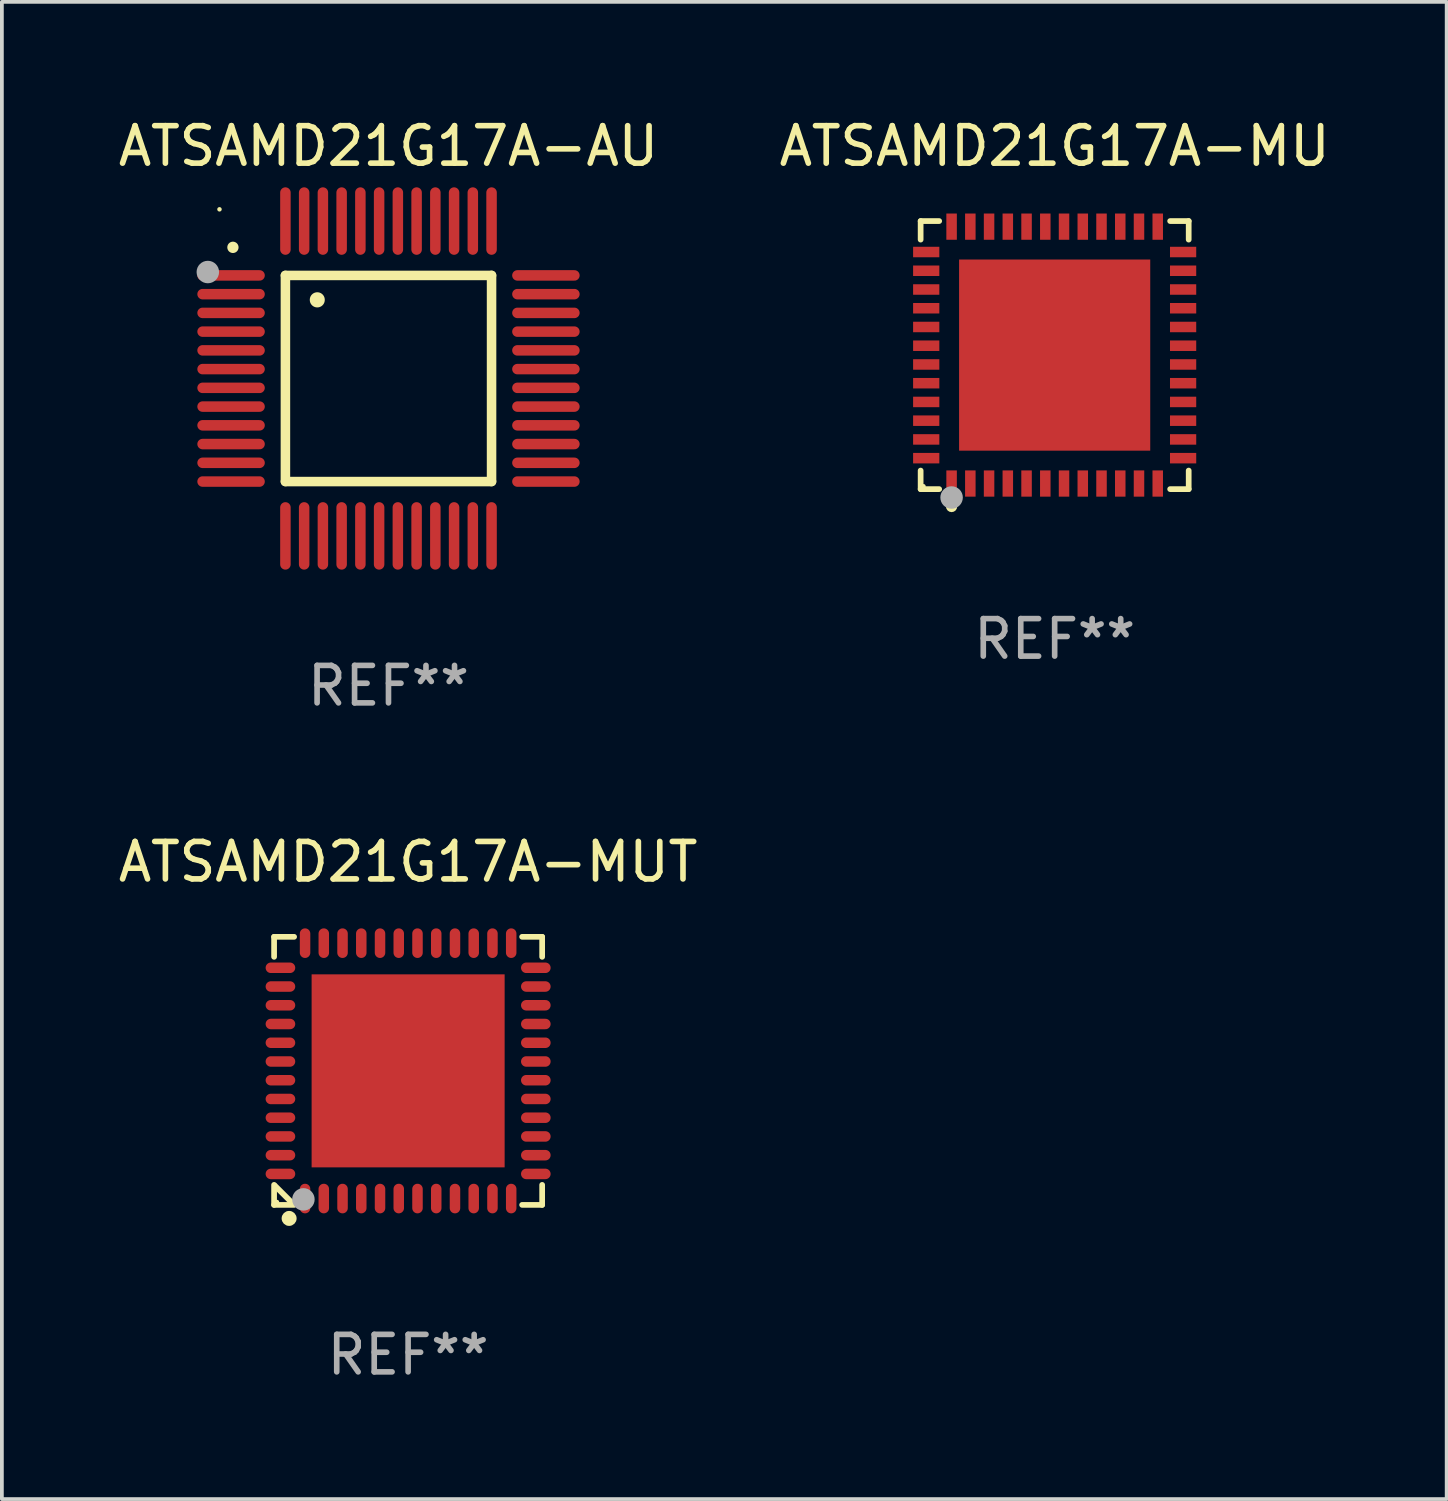
<source format=kicad_pcb>
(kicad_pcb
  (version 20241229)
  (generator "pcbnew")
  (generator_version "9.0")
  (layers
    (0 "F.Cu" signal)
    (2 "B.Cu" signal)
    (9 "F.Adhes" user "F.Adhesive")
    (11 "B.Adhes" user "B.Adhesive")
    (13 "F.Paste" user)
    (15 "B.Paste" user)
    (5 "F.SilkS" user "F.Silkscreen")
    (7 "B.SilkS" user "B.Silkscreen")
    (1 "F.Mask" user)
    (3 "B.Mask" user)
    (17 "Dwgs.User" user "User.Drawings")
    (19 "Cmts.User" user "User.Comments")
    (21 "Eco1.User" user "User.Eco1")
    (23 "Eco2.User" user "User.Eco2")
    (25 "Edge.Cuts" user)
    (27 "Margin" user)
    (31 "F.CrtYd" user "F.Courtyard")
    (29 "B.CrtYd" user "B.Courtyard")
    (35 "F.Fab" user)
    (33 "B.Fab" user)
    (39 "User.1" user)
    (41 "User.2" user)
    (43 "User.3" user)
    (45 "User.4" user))
  (footprint "ATSAMD21G17A-MU"
    (layer "F.Cu")
    (at 25.089 6.424)
    (property "Reference" "ATSAMD21G17A-MU" (at 0 -5.576 0) (layer "F.SilkS") (effects (font (size 1 1) (thickness 0.15))))
    (attr through_hole)
    (fp_line (start -3.576 -3.576) (end -3.081 -3.576) (stroke (width 0.152) (type solid)) (layer "F.SilkS"))
    (fp_line (start -3.576 -3.081) (end -3.576 -3.576) (stroke (width 0.152) (type solid)) (layer "F.SilkS"))
    (fp_line (start -3.576 3.081) (end -3.576 3.576) (stroke (width 0.152) (type solid)) (layer "F.SilkS"))
    (fp_line (start -3.576 3.576) (end -3.081 3.576) (stroke (width 0.152) (type solid)) (layer "F.SilkS"))
    (fp_line (start 3.576 -3.576) (end 3.081 -3.576) (stroke (width 0.152) (type solid)) (layer "F.SilkS"))
    (fp_line (start 3.576 -3.081) (end 3.576 -3.576) (stroke (width 0.152) (type solid)) (layer "F.SilkS"))
    (fp_line (start 3.576 3.081) (end 3.576 3.576) (stroke (width 0.152) (type solid)) (layer "F.SilkS"))
    (fp_line (start 3.576 3.576) (end 3.081 3.576) (stroke (width 0.152) (type solid)) (layer "F.SilkS"))
    (fp_circle (center -3.5 3.5) (end -3.47 3.5) (stroke (width 0.06) (type solid)) (fill no) (layer "F.SilkS"))
    (fp_circle (center -2.75 4.04) (end -2.675 4.04) (stroke (width 0.15) (type solid)) (fill no) (layer "F.SilkS"))
    (fp_circle (center -2.75 3.8) (end -2.6 3.8) (stroke (width 0.3) (type solid)) (fill no) (layer "F.Fab"))
    (fp_text user "REF**" (at 0 7.576 0) (layer "F.Fab") (effects (font (size 1 1) (thickness 0.15))))
    (pad "1" smd rect (at -2.75 3.427) (size 0.28 0.7) (layers "F.Cu" "F.Mask" "F.Paste"))
    (pad "2" smd rect (at -2.25 3.427) (size 0.28 0.7) (layers "F.Cu" "F.Mask" "F.Paste"))
    (pad "3" smd rect (at -1.75 3.427) (size 0.28 0.7) (layers "F.Cu" "F.Mask" "F.Paste"))
    (pad "4" smd rect (at -1.25 3.427) (size 0.28 0.7) (layers "F.Cu" "F.Mask" "F.Paste"))
    (pad "5" smd rect (at -0.75 3.427) (size 0.28 0.7) (layers "F.Cu" "F.Mask" "F.Paste"))
    (pad "6" smd rect (at -0.25 3.427) (size 0.28 0.7) (layers "F.Cu" "F.Mask" "F.Paste"))
    (pad "7" smd rect (at 0.25 3.427) (size 0.28 0.7) (layers "F.Cu" "F.Mask" "F.Paste"))
    (pad "8" smd rect (at 0.75 3.427) (size 0.28 0.7) (layers "F.Cu" "F.Mask" "F.Paste"))
    (pad "9" smd rect (at 1.25 3.427) (size 0.28 0.7) (layers "F.Cu" "F.Mask" "F.Paste"))
    (pad "10" smd rect (at 1.75 3.427) (size 0.28 0.7) (layers "F.Cu" "F.Mask" "F.Paste"))
    (pad "11" smd rect (at 2.25 3.427) (size 0.28 0.7) (layers "F.Cu" "F.Mask" "F.Paste"))
    (pad "12" smd rect (at 2.75 3.427) (size 0.28 0.7) (layers "F.Cu" "F.Mask" "F.Paste"))
    (pad "13" smd rect (at 3.427 2.75) (size 0.7 0.28) (layers "F.Cu" "F.Mask" "F.Paste"))
    (pad "14" smd rect (at 3.427 2.25) (size 0.7 0.28) (layers "F.Cu" "F.Mask" "F.Paste"))
    (pad "15" smd rect (at 3.427 1.75) (size 0.7 0.28) (layers "F.Cu" "F.Mask" "F.Paste"))
    (pad "16" smd rect (at 3.427 1.25) (size 0.7 0.28) (layers "F.Cu" "F.Mask" "F.Paste"))
    (pad "17" smd rect (at 3.427 0.75) (size 0.7 0.28) (layers "F.Cu" "F.Mask" "F.Paste"))
    (pad "18" smd rect (at 3.427 0.25) (size 0.7 0.28) (layers "F.Cu" "F.Mask" "F.Paste"))
    (pad "19" smd rect (at 3.427 -0.25) (size 0.7 0.28) (layers "F.Cu" "F.Mask" "F.Paste"))
    (pad "20" smd rect (at 3.427 -0.75) (size 0.7 0.28) (layers "F.Cu" "F.Mask" "F.Paste"))
    (pad "21" smd rect (at 3.427 -1.25) (size 0.7 0.28) (layers "F.Cu" "F.Mask" "F.Paste"))
    (pad "22" smd rect (at 3.427 -1.75) (size 0.7 0.28) (layers "F.Cu" "F.Mask" "F.Paste"))
    (pad "23" smd rect (at 3.427 -2.25) (size 0.7 0.28) (layers "F.Cu" "F.Mask" "F.Paste"))
    (pad "24" smd rect (at 3.427 -2.75) (size 0.7 0.28) (layers "F.Cu" "F.Mask" "F.Paste"))
    (pad "25" smd rect (at 2.75 -3.427) (size 0.28 0.7) (layers "F.Cu" "F.Mask" "F.Paste"))
    (pad "26" smd rect (at 2.25 -3.427) (size 0.28 0.7) (layers "F.Cu" "F.Mask" "F.Paste"))
    (pad "27" smd rect (at 1.75 -3.427) (size 0.28 0.7) (layers "F.Cu" "F.Mask" "F.Paste"))
    (pad "28" smd rect (at 1.25 -3.427) (size 0.28 0.7) (layers "F.Cu" "F.Mask" "F.Paste"))
    (pad "29" smd rect (at 0.75 -3.427) (size 0.28 0.7) (layers "F.Cu" "F.Mask" "F.Paste"))
    (pad "30" smd rect (at 0.25 -3.427) (size 0.28 0.7) (layers "F.Cu" "F.Mask" "F.Paste"))
    (pad "31" smd rect (at -0.25 -3.427) (size 0.28 0.7) (layers "F.Cu" "F.Mask" "F.Paste"))
    (pad "32" smd rect (at -0.75 -3.427) (size 0.28 0.7) (layers "F.Cu" "F.Mask" "F.Paste"))
    (pad "33" smd rect (at -1.25 -3.427) (size 0.28 0.7) (layers "F.Cu" "F.Mask" "F.Paste"))
    (pad "34" smd rect (at -1.75 -3.427) (size 0.28 0.7) (layers "F.Cu" "F.Mask" "F.Paste"))
    (pad "35" smd rect (at -2.25 -3.427) (size 0.28 0.7) (layers "F.Cu" "F.Mask" "F.Paste"))
    (pad "36" smd rect (at -2.75 -3.427) (size 0.28 0.7) (layers "F.Cu" "F.Mask" "F.Paste"))
    (pad "37" smd rect (at -3.427 -2.75) (size 0.7 0.28) (layers "F.Cu" "F.Mask" "F.Paste"))
    (pad "38" smd rect (at -3.427 -2.25) (size 0.7 0.28) (layers "F.Cu" "F.Mask" "F.Paste"))
    (pad "39" smd rect (at -3.427 -1.75) (size 0.7 0.28) (layers "F.Cu" "F.Mask" "F.Paste"))
    (pad "40" smd rect (at -3.427 -1.25) (size 0.7 0.28) (layers "F.Cu" "F.Mask" "F.Paste"))
    (pad "41" smd rect (at -3.427 -0.75) (size 0.7 0.28) (layers "F.Cu" "F.Mask" "F.Paste"))
    (pad "42" smd rect (at -3.427 -0.25) (size 0.7 0.28) (layers "F.Cu" "F.Mask" "F.Paste"))
    (pad "43" smd rect (at -3.427 0.25) (size 0.7 0.28) (layers "F.Cu" "F.Mask" "F.Paste"))
    (pad "44" smd rect (at -3.427 0.75) (size 0.7 0.28) (layers "F.Cu" "F.Mask" "F.Paste"))
    (pad "45" smd rect (at -3.427 1.25) (size 0.7 0.28) (layers "F.Cu" "F.Mask" "F.Paste"))
    (pad "46" smd rect (at -3.427 1.75) (size 0.7 0.28) (layers "F.Cu" "F.Mask" "F.Paste"))
    (pad "47" smd rect (at -3.427 2.25) (size 0.7 0.28) (layers "F.Cu" "F.Mask" "F.Paste"))
    (pad "48" smd rect (at -3.427 2.75) (size 0.7 0.28) (layers "F.Cu" "F.Mask" "F.Paste"))
    (pad "49" smd rect (at 0 0) (size 5.1 5.1) (layers "F.Cu" "F.Mask" "F.Paste")))
  (footprint "ATSAMD21G17A-AU"
    (layer "F.Cu")
    (at 7.315 7.048)
    (property "Reference" "ATSAMD21G17A-AU" (at 0 -6.2 0) (layer "F.SilkS") (effects (font (size 1 1) (thickness 0.15))))
    (attr through_hole)
    (fp_line (start -2.75 -2.75) (end 2.75 -2.75) (stroke (width 0.254) (type solid)) (layer "F.SilkS"))
    (fp_line (start -2.75 2.75) (end -2.75 -2.75) (stroke (width 0.254) (type solid)) (layer "F.SilkS"))
    (fp_line (start 2.75 -2.75) (end 2.75 2.75) (stroke (width 0.254) (type solid)) (layer "F.SilkS"))
    (fp_line (start 2.75 2.75) (end -2.75 2.75) (stroke (width 0.254) (type solid)) (layer "F.SilkS"))
    (fp_arc (start -4.150368 -3.497587) (mid -4.150373 -3.498857) (end -4.150368 -3.500127) (stroke (width 0.3) (type solid)) (layer "F.SilkS"))
    (fp_arc (start -1.899924 -2.095504) (mid -1.89994 -2.098044) (end -1.899924 -2.100584) (stroke (width 0.4) (type solid)) (layer "F.SilkS"))
    (fp_circle (center -4.509 -4.513) (end -4.479 -4.513) (stroke (width 0.06) (type solid)) (fill no) (layer "F.SilkS"))
    (fp_circle (center -4.82 -2.84) (end -4.67 -2.84) (stroke (width 0.3) (type solid)) (fill no) (layer "F.Fab"))
    (fp_text user "REF**" (at 0 8.2 0) (layer "F.Fab") (effects (font (size 1 1) (thickness 0.15))))
    (pad "1" smd oval (at -4.2 -2.75 90) (size 0.28 1.8) (layers "F.Cu" "F.Mask" "F.Paste"))
    (pad "2" smd oval (at -4.2 -2.25 90) (size 0.28 1.8) (layers "F.Cu" "F.Mask" "F.Paste"))
    (pad "3" smd oval (at -4.2 -1.75 90) (size 0.28 1.8) (layers "F.Cu" "F.Mask" "F.Paste"))
    (pad "4" smd oval (at -4.2 -1.25 90) (size 0.28 1.8) (layers "F.Cu" "F.Mask" "F.Paste"))
    (pad "5" smd oval (at -4.2 -0.75 90) (size 0.28 1.8) (layers "F.Cu" "F.Mask" "F.Paste"))
    (pad "6" smd oval (at -4.2 -0.25 90) (size 0.28 1.8) (layers "F.Cu" "F.Mask" "F.Paste"))
    (pad "7" smd oval (at -4.2 0.25 90) (size 0.28 1.8) (layers "F.Cu" "F.Mask" "F.Paste"))
    (pad "8" smd oval (at -4.2 0.75 90) (size 0.28 1.8) (layers "F.Cu" "F.Mask" "F.Paste"))
    (pad "9" smd oval (at -4.2 1.25 90) (size 0.28 1.8) (layers "F.Cu" "F.Mask" "F.Paste"))
    (pad "10" smd oval (at -4.2 1.75 90) (size 0.28 1.8) (layers "F.Cu" "F.Mask" "F.Paste"))
    (pad "11" smd oval (at -4.2 2.25 90) (size 0.28 1.8) (layers "F.Cu" "F.Mask" "F.Paste"))
    (pad "12" smd oval (at -4.2 2.75 90) (size 0.28 1.8) (layers "F.Cu" "F.Mask" "F.Paste"))
    (pad "13" smd oval (at -2.75 4.2) (size 0.28 1.8) (layers "F.Cu" "F.Mask" "F.Paste"))
    (pad "14" smd oval (at -2.25 4.2) (size 0.28 1.8) (layers "F.Cu" "F.Mask" "F.Paste"))
    (pad "15" smd oval (at -1.75 4.2) (size 0.28 1.8) (layers "F.Cu" "F.Mask" "F.Paste"))
    (pad "16" smd oval (at -1.25 4.2) (size 0.28 1.8) (layers "F.Cu" "F.Mask" "F.Paste"))
    (pad "17" smd oval (at -0.75 4.2) (size 0.28 1.8) (layers "F.Cu" "F.Mask" "F.Paste"))
    (pad "18" smd oval (at -0.25 4.2) (size 0.28 1.8) (layers "F.Cu" "F.Mask" "F.Paste"))
    (pad "19" smd oval (at 0.25 4.2) (size 0.28 1.8) (layers "F.Cu" "F.Mask" "F.Paste"))
    (pad "20" smd oval (at 0.75 4.2) (size 0.28 1.8) (layers "F.Cu" "F.Mask" "F.Paste"))
    (pad "21" smd oval (at 1.25 4.2) (size 0.28 1.8) (layers "F.Cu" "F.Mask" "F.Paste"))
    (pad "22" smd oval (at 1.75 4.2) (size 0.28 1.8) (layers "F.Cu" "F.Mask" "F.Paste"))
    (pad "23" smd oval (at 2.25 4.2) (size 0.28 1.8) (layers "F.Cu" "F.Mask" "F.Paste"))
    (pad "24" smd oval (at 2.75 4.2) (size 0.28 1.8) (layers "F.Cu" "F.Mask" "F.Paste"))
    (pad "25" smd oval (at 4.2 2.75 90) (size 0.28 1.8) (layers "F.Cu" "F.Mask" "F.Paste"))
    (pad "26" smd oval (at 4.2 2.25 90) (size 0.28 1.8) (layers "F.Cu" "F.Mask" "F.Paste"))
    (pad "27" smd oval (at 4.2 1.75 90) (size 0.28 1.8) (layers "F.Cu" "F.Mask" "F.Paste"))
    (pad "28" smd oval (at 4.2 1.25 90) (size 0.28 1.8) (layers "F.Cu" "F.Mask" "F.Paste"))
    (pad "29" smd oval (at 4.2 0.75 90) (size 0.28 1.8) (layers "F.Cu" "F.Mask" "F.Paste"))
    (pad "30" smd oval (at 4.2 0.25 90) (size 0.28 1.8) (layers "F.Cu" "F.Mask" "F.Paste"))
    (pad "31" smd oval (at 4.2 -0.25 90) (size 0.28 1.8) (layers "F.Cu" "F.Mask" "F.Paste"))
    (pad "32" smd oval (at 4.2 -0.75 90) (size 0.28 1.8) (layers "F.Cu" "F.Mask" "F.Paste"))
    (pad "33" smd oval (at 4.2 -1.25 90) (size 0.28 1.8) (layers "F.Cu" "F.Mask" "F.Paste"))
    (pad "34" smd oval (at 4.2 -1.75 90) (size 0.28 1.8) (layers "F.Cu" "F.Mask" "F.Paste"))
    (pad "35" smd oval (at 4.2 -2.25 90) (size 0.28 1.8) (layers "F.Cu" "F.Mask" "F.Paste"))
    (pad "36" smd oval (at 4.2 -2.75 90) (size 0.28 1.8) (layers "F.Cu" "F.Mask" "F.Paste"))
    (pad "37" smd oval (at 2.75 -4.2) (size 0.28 1.8) (layers "F.Cu" "F.Mask" "F.Paste"))
    (pad "38" smd oval (at 2.25 -4.2) (size 0.28 1.8) (layers "F.Cu" "F.Mask" "F.Paste"))
    (pad "39" smd oval (at 1.75 -4.2) (size 0.28 1.8) (layers "F.Cu" "F.Mask" "F.Paste"))
    (pad "40" smd oval (at 1.25 -4.2) (size 0.28 1.8) (layers "F.Cu" "F.Mask" "F.Paste"))
    (pad "41" smd oval (at 0.75 -4.2) (size 0.28 1.8) (layers "F.Cu" "F.Mask" "F.Paste"))
    (pad "42" smd oval (at 0.25 -4.2) (size 0.28 1.8) (layers "F.Cu" "F.Mask" "F.Paste"))
    (pad "43" smd oval (at -0.25 -4.2) (size 0.28 1.8) (layers "F.Cu" "F.Mask" "F.Paste"))
    (pad "44" smd oval (at -0.75 -4.2) (size 0.28 1.8) (layers "F.Cu" "F.Mask" "F.Paste"))
    (pad "45" smd oval (at -1.25 -4.2) (size 0.28 1.8) (layers "F.Cu" "F.Mask" "F.Paste"))
    (pad "46" smd oval (at -1.75 -4.2) (size 0.28 1.8) (layers "F.Cu" "F.Mask" "F.Paste"))
    (pad "47" smd oval (at -2.25 -4.2) (size 0.28 1.8) (layers "F.Cu" "F.Mask" "F.Paste"))
    (pad "48" smd oval (at -2.75 -4.2) (size 0.28 1.8) (layers "F.Cu" "F.Mask" "F.Paste")))
  (footprint "ATSAMD21G17A-MUT"
    (layer "F.Cu")
    (at 7.839 25.521)
    (property "Reference" "ATSAMD21G17A-MUT" (at 0 -5.576 0) (layer "F.SilkS") (effects (font (size 1 1) (thickness 0.15))))
    (attr through_hole)
    (fp_line (start -3.576 -3.576) (end -3.576 -3.042) (stroke (width 0.152) (type solid)) (layer "F.SilkS"))
    (fp_line (start -3.576 3.576) (end -3.576 3.042) (stroke (width 0.152) (type solid)) (layer "F.SilkS"))
    (fp_line (start -3.069 3.549) (end -3.549 3.069) (stroke (width 0.152) (type solid)) (layer "F.SilkS"))
    (fp_line (start -3.042 -3.576) (end -3.576 -3.576) (stroke (width 0.152) (type solid)) (layer "F.SilkS"))
    (fp_line (start -3.042 3.576) (end -3.576 3.576) (stroke (width 0.152) (type solid)) (layer "F.SilkS"))
    (fp_line (start 3.042 -3.576) (end 3.576 -3.576) (stroke (width 0.152) (type solid)) (layer "F.SilkS"))
    (fp_line (start 3.042 3.576) (end 3.576 3.576) (stroke (width 0.152) (type solid)) (layer "F.SilkS"))
    (fp_line (start 3.576 -3.576) (end 3.576 -3.042) (stroke (width 0.152) (type solid)) (layer "F.SilkS"))
    (fp_line (start 3.576 3.576) (end 3.576 3.042) (stroke (width 0.152) (type solid)) (layer "F.SilkS"))
    (fp_circle (center -3.5 3.5) (end -3.47 3.5) (stroke (width 0.06) (type solid)) (fill no) (layer "F.SilkS"))
    (fp_circle (center -3.175 3.937) (end -3.075 3.937) (stroke (width 0.2) (type solid)) (fill no) (layer "F.SilkS"))
    (fp_circle (center -2.794 3.429) (end -2.644 3.429) (stroke (width 0.3) (type solid)) (fill no) (layer "F.Fab"))
    (fp_text user "REF**" (at 0 7.576 0) (layer "F.Fab") (effects (font (size 1 1) (thickness 0.15))))
    (pad "1" smd oval (at -2.75 3.407) (size 0.28 0.79) (layers "F.Cu" "F.Mask" "F.Paste"))
    (pad "2" smd oval (at -2.25 3.407) (size 0.28 0.79) (layers "F.Cu" "F.Mask" "F.Paste"))
    (pad "3" smd oval (at -1.75 3.407) (size 0.28 0.79) (layers "F.Cu" "F.Mask" "F.Paste"))
    (pad "4" smd oval (at -1.25 3.407) (size 0.28 0.79) (layers "F.Cu" "F.Mask" "F.Paste"))
    (pad "5" smd oval (at -0.75 3.407) (size 0.28 0.79) (layers "F.Cu" "F.Mask" "F.Paste"))
    (pad "6" smd oval (at -0.25 3.407) (size 0.28 0.79) (layers "F.Cu" "F.Mask" "F.Paste"))
    (pad "7" smd oval (at 0.25 3.407) (size 0.28 0.79) (layers "F.Cu" "F.Mask" "F.Paste"))
    (pad "8" smd oval (at 0.75 3.407) (size 0.28 0.79) (layers "F.Cu" "F.Mask" "F.Paste"))
    (pad "9" smd oval (at 1.25 3.407) (size 0.28 0.79) (layers "F.Cu" "F.Mask" "F.Paste"))
    (pad "10" smd oval (at 1.75 3.407) (size 0.28 0.79) (layers "F.Cu" "F.Mask" "F.Paste"))
    (pad "11" smd oval (at 2.25 3.407) (size 0.28 0.79) (layers "F.Cu" "F.Mask" "F.Paste"))
    (pad "12" smd oval (at 2.75 3.407) (size 0.28 0.79) (layers "F.Cu" "F.Mask" "F.Paste"))
    (pad "13" smd oval (at 3.407 2.75) (size 0.79 0.28) (layers "F.Cu" "F.Mask" "F.Paste"))
    (pad "14" smd oval (at 3.407 2.25) (size 0.79 0.28) (layers "F.Cu" "F.Mask" "F.Paste"))
    (pad "15" smd oval (at 3.407 1.75) (size 0.79 0.28) (layers "F.Cu" "F.Mask" "F.Paste"))
    (pad "16" smd oval (at 3.407 1.25) (size 0.79 0.28) (layers "F.Cu" "F.Mask" "F.Paste"))
    (pad "17" smd oval (at 3.407 0.75) (size 0.79 0.28) (layers "F.Cu" "F.Mask" "F.Paste"))
    (pad "18" smd oval (at 3.407 0.25) (size 0.79 0.28) (layers "F.Cu" "F.Mask" "F.Paste"))
    (pad "19" smd oval (at 3.407 -0.25) (size 0.79 0.28) (layers "F.Cu" "F.Mask" "F.Paste"))
    (pad "20" smd oval (at 3.407 -0.75) (size 0.79 0.28) (layers "F.Cu" "F.Mask" "F.Paste"))
    (pad "21" smd oval (at 3.407 -1.25) (size 0.79 0.28) (layers "F.Cu" "F.Mask" "F.Paste"))
    (pad "22" smd oval (at 3.407 -1.75) (size 0.79 0.28) (layers "F.Cu" "F.Mask" "F.Paste"))
    (pad "23" smd oval (at 3.407 -2.25) (size 0.79 0.28) (layers "F.Cu" "F.Mask" "F.Paste"))
    (pad "24" smd oval (at 3.407 -2.75) (size 0.79 0.28) (layers "F.Cu" "F.Mask" "F.Paste"))
    (pad "25" smd oval (at 2.75 -3.407) (size 0.28 0.79) (layers "F.Cu" "F.Mask" "F.Paste"))
    (pad "26" smd oval (at 2.25 -3.407) (size 0.28 0.79) (layers "F.Cu" "F.Mask" "F.Paste"))
    (pad "27" smd oval (at 1.75 -3.407) (size 0.28 0.79) (layers "F.Cu" "F.Mask" "F.Paste"))
    (pad "28" smd oval (at 1.25 -3.407) (size 0.28 0.79) (layers "F.Cu" "F.Mask" "F.Paste"))
    (pad "29" smd oval (at 0.75 -3.407) (size 0.28 0.79) (layers "F.Cu" "F.Mask" "F.Paste"))
    (pad "30" smd oval (at 0.25 -3.407) (size 0.28 0.79) (layers "F.Cu" "F.Mask" "F.Paste"))
    (pad "31" smd oval (at -0.25 -3.407) (size 0.28 0.79) (layers "F.Cu" "F.Mask" "F.Paste"))
    (pad "32" smd oval (at -0.75 -3.407) (size 0.28 0.79) (layers "F.Cu" "F.Mask" "F.Paste"))
    (pad "33" smd oval (at -1.25 -3.407) (size 0.28 0.79) (layers "F.Cu" "F.Mask" "F.Paste"))
    (pad "34" smd oval (at -1.75 -3.407) (size 0.28 0.79) (layers "F.Cu" "F.Mask" "F.Paste"))
    (pad "35" smd oval (at -2.25 -3.407) (size 0.28 0.79) (layers "F.Cu" "F.Mask" "F.Paste"))
    (pad "36" smd oval (at -2.75 -3.407) (size 0.28 0.79) (layers "F.Cu" "F.Mask" "F.Paste"))
    (pad "37" smd oval (at -3.407 -2.75) (size 0.79 0.28) (layers "F.Cu" "F.Mask" "F.Paste"))
    (pad "38" smd oval (at -3.407 -2.25) (size 0.79 0.28) (layers "F.Cu" "F.Mask" "F.Paste"))
    (pad "39" smd oval (at -3.407 -1.75) (size 0.79 0.28) (layers "F.Cu" "F.Mask" "F.Paste"))
    (pad "40" smd oval (at -3.407 -1.25) (size 0.79 0.28) (layers "F.Cu" "F.Mask" "F.Paste"))
    (pad "41" smd oval (at -3.407 -0.75) (size 0.79 0.28) (layers "F.Cu" "F.Mask" "F.Paste"))
    (pad "42" smd oval (at -3.407 -0.25) (size 0.79 0.28) (layers "F.Cu" "F.Mask" "F.Paste"))
    (pad "43" smd oval (at -3.407 0.25) (size 0.79 0.28) (layers "F.Cu" "F.Mask" "F.Paste"))
    (pad "44" smd oval (at -3.407 0.75) (size 0.79 0.28) (layers "F.Cu" "F.Mask" "F.Paste"))
    (pad "45" smd oval (at -3.407 1.25) (size 0.79 0.28) (layers "F.Cu" "F.Mask" "F.Paste"))
    (pad "46" smd oval (at -3.407 1.75) (size 0.79 0.28) (layers "F.Cu" "F.Mask" "F.Paste"))
    (pad "47" smd oval (at -3.407 2.25) (size 0.79 0.28) (layers "F.Cu" "F.Mask" "F.Paste"))
    (pad "48" smd oval (at -3.407 2.75) (size 0.79 0.28) (layers "F.Cu" "F.Mask" "F.Paste"))
    (pad "49" smd rect (at 0 0) (size 5.15 5.15) (layers "F.Cu" "F.Mask" "F.Paste")))
  (gr_rect
    (start -3 -3)
    (end 35.548 36.946)
    (stroke (width 0.1) (type default))
    (fill no)
    (layer "Edge.Cuts")))
</source>
